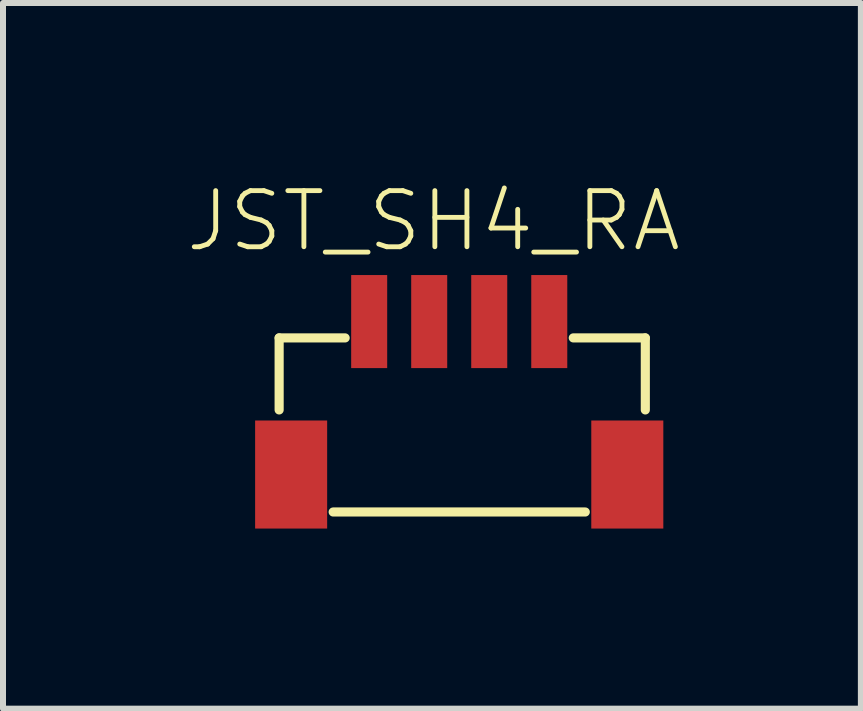
<source format=kicad_pcb>
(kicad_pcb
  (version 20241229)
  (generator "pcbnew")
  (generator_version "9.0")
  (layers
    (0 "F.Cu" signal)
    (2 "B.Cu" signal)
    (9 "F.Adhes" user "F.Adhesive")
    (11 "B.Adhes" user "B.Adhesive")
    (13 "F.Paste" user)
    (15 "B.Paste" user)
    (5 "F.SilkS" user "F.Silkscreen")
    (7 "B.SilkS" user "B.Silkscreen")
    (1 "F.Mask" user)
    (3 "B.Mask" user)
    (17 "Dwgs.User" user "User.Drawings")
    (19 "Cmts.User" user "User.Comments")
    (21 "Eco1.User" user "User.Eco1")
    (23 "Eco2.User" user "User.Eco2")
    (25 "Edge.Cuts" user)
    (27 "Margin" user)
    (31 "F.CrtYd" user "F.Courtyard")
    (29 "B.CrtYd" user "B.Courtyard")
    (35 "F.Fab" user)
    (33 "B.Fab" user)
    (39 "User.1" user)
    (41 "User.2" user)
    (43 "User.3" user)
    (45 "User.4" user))
  (footprint "JST_SH4_RA"
    (layer "F.Cu")
    (at 4.6 3.993)
    (property "Reference" "JST_SH4_RA" (at -4.6 -2.814 0) (layer "F.SilkS") (effects (font (size 0.935 0.935) (thickness 0.081)) (justify left bottom)))
    (fp_line (start -3 -1.414) (end -1.9 -1.414) (stroke (width 0.152) (type solid)) (layer "F.SilkS"))
    (fp_line (start -3 -0.214) (end -3 -1.414) (stroke (width 0.152) (type solid)) (layer "F.SilkS"))
    (fp_line (start -2.1 1.486) (end 2.1 1.486) (stroke (width 0.152) (type solid)) (layer "F.SilkS"))
    (fp_line (start 1.9 -1.414) (end 3.1 -1.414) (stroke (width 0.152) (type solid)) (layer "F.SilkS"))
    (fp_line (start 3.1 -1.414) (end 3.1 -0.214) (stroke (width 0.152) (type solid)) (layer "F.SilkS"))
    (pad "1" smd rect (at 1.5 -1.686 270) (size 1.55 0.6) (layers "F.Cu" "F.Mask" "F.Paste"))
    (pad "2" smd rect (at 0.5 -1.686 270) (size 1.55 0.6) (layers "F.Cu" "F.Mask" "F.Paste"))
    (pad "3" smd rect (at -0.5 -1.686 270) (size 1.55 0.6) (layers "F.Cu" "F.Mask" "F.Paste"))
    (pad "4" smd rect (at -1.5 -1.686 270) (size 1.55 0.6) (layers "F.Cu" "F.Mask" "F.Paste"))
    (pad "MT1" smd rect (at -2.8 0.862 90) (size 1.8 1.2) (layers "F.Cu" "F.Mask" "F.Paste"))
    (pad "MT2" smd rect (at 2.8 0.862 90) (size 1.8 1.2) (layers "F.Cu" "F.Mask" "F.Paste")))
  (gr_rect
    (start -3 -3)
    (end 11.291 8.755)
    (stroke (width 0.1) (type default))
    (fill no)
    (layer "Edge.Cuts")))
</source>
